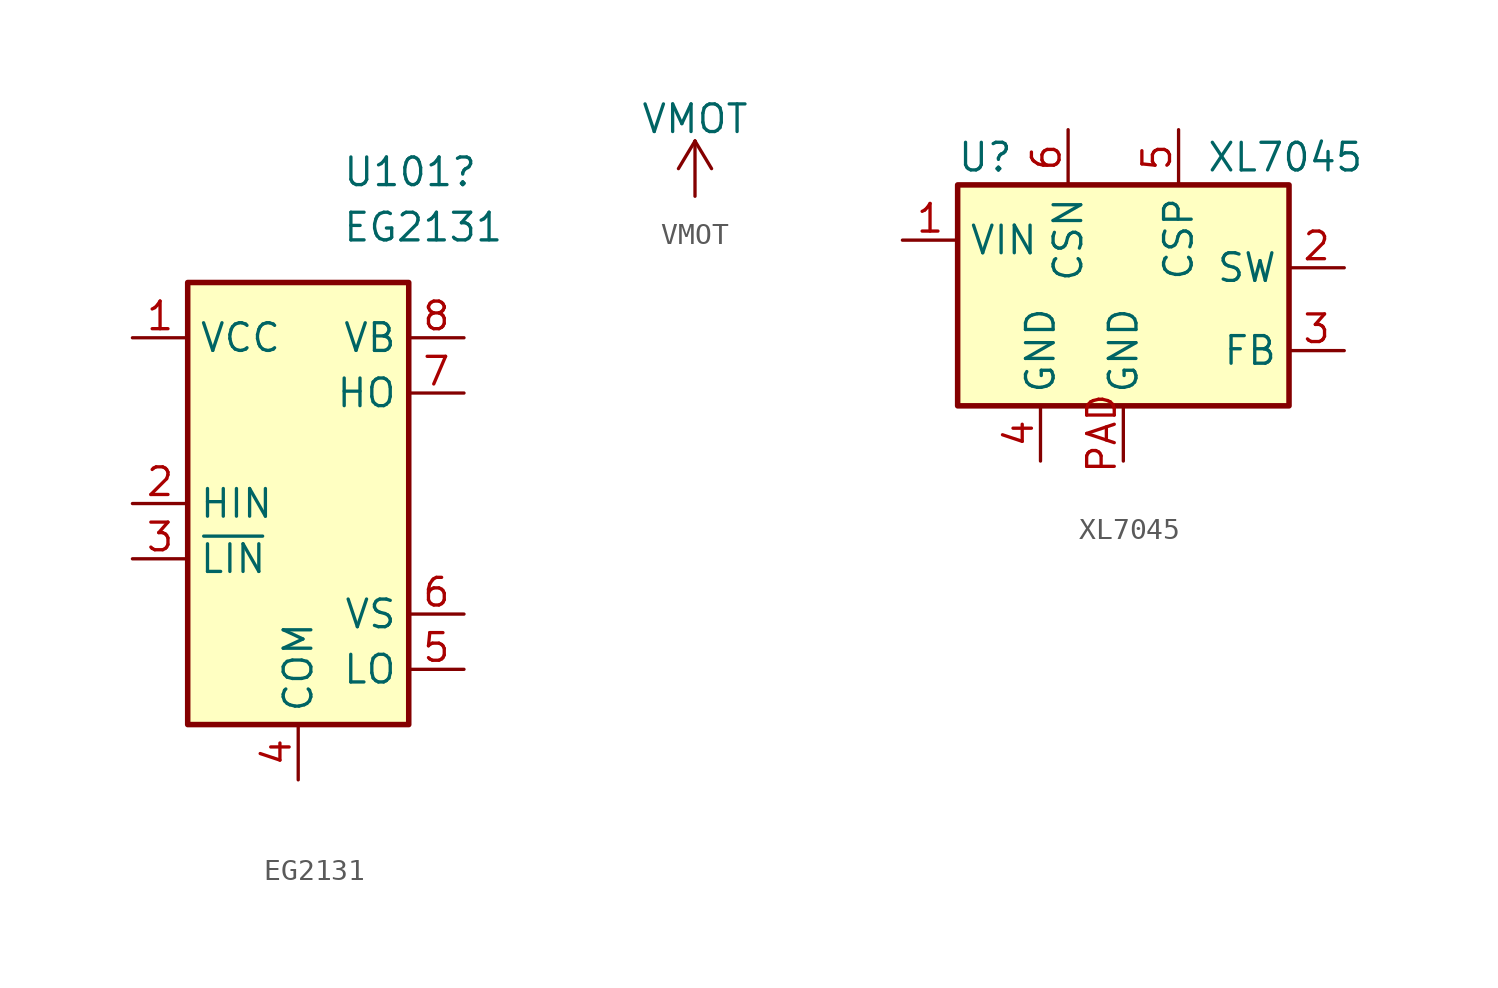
<source format=kicad_sym>
(kicad_symbol_lib
  (version 20211014)
  (generator kicad_symbol_editor)
  (symbol "EG2131"
    (property "Reference" "U101"
      (at 2.019 15.24 0)
      (effects (font (size 1.27 1.27)) (justify left)))
    (property "Value" "EG2131"
      (at 2.019 12.7 0)
      (effects (font (size 1.27 1.27)) (justify left)))
    (symbol "EG2131_0_1"
      (rectangle (start -5.08 -10.16) (end 5.08 10.16) (stroke (width 0.254) (type default) (color 0 0 0 0)) (fill (type background))))
    (symbol "EG2131_1_1"
      (pin power_in line (at -7.62 7.62 0) (length 2.54) (name "VCC" (effects (font (size 1.27 1.27)))) (number "1" (effects (font (size 1.27 1.27)))))
      (pin input line (at -7.62 0 0) (length 2.54) (name "HIN" (effects (font (size 1.27 1.27)))) (number "2" (effects (font (size 1.27 1.27)))))
      (pin input line (at -7.62 -2.54 0) (length 2.54) (name "~{LIN}" (effects (font (size 1.27 1.27)))) (number "3" (effects (font (size 1.27 1.27)))))
      (pin power_in line (at 0 -12.7 90) (length 2.54) (name "COM" (effects (font (size 1.27 1.27)))) (number "4" (effects (font (size 1.27 1.27)))))
      (pin output line (at 7.62 -7.62 180) (length 2.54) (name "LO" (effects (font (size 1.27 1.27)))) (number "5" (effects (font (size 1.27 1.27)))))
      (pin passive line (at 7.62 -5.08 180) (length 2.54) (name "VS" (effects (font (size 1.27 1.27)))) (number "6" (effects (font (size 1.27 1.27)))))
      (pin output line (at 7.62 5.08 180) (length 2.54) (name "HO" (effects (font (size 1.27 1.27)))) (number "7" (effects (font (size 1.27 1.27)))))
      (pin passive line (at 7.62 7.62 180) (length 2.54) (name "VB" (effects (font (size 1.27 1.27)))) (number "8" (effects (font (size 1.27 1.27)))))))
  (symbol "VMOT"
    (power)
    (pin_names
      (offset 0))
    (property "Reference" "#PWR"
      (at 0 -3.81 0)
      (effects (font (size 1.27 1.27)) hide))
    (property "Value" "VMOT"
      (at 0 3.556 0)
      (effects (font (size 1.27 1.27))))
    (symbol "VMOT_0_1"
      (polyline (pts (xy -0.762 1.27) (xy 0 2.54)) (stroke (width 0) (type default) (color 0 0 0 0)) (fill (type none)))
      (polyline (pts (xy 0 0) (xy 0 2.54)) (stroke (width 0) (type default) (color 0 0 0 0)) (fill (type none)))
      (polyline (pts (xy 0 2.54) (xy 0.762 1.27)) (stroke (width 0) (type default) (color 0 0 0 0)) (fill (type none))))
    (symbol "VMOT_1_1"
      (pin power_in line (at 0 0 90) (length 0) hide (name "VMOT" (effects (font (size 1.27 1.27)))) (number "1" (effects (font (size 1.27 1.27)))))))
  (symbol "XL7045"
    (property "Reference" "U"
      (at -6.35 6.35 0)
      (effects (font (size 1.27 1.27))))
    (property "Value" "XL7045"
      (at 3.81 6.35 0)
      (effects (font (size 1.27 1.27)) (justify left)))
    (symbol "XL7045_0_1"
      (rectangle (start -7.62 5.08) (end 7.62 -5.08) (stroke (width 0.254) (type default) (color 0 0 0 0)) (fill (type background))))
    (symbol "XL7045_1_1"
      (pin power_in line (at -10.16 2.54 0) (length 2.54) (name "VIN" (effects (font (size 1.27 1.27)))) (number "1" (effects (font (size 1.27 1.27)))))
      (pin power_out line (at 10.16 1.27 180) (length 2.54) (name "SW" (effects (font (size 1.27 1.27)))) (number "2" (effects (font (size 1.27 1.27)))))
      (pin input line (at 10.16 -2.54 180) (length 2.54) (name "FB" (effects (font (size 1.27 1.27)))) (number "3" (effects (font (size 1.27 1.27)))))
      (pin power_in line (at -3.81 -7.62 90) (length 2.54) (name "GND" (effects (font (size 1.27 1.27)))) (number "4" (effects (font (size 1.27 1.27)))))
      (pin passive line (at 2.54 7.62 270) (length 2.54) (name "CSP" (effects (font (size 1.27 1.27)))) (number "5" (effects (font (size 1.27 1.27)))))
      (pin passive line (at -2.54 7.62 270) (length 2.54) (name "CSN" (effects (font (size 1.27 1.27)))) (number "6" (effects (font (size 1.27 1.27)))))
      (pin power_in line (at 0 -7.62 90) (length 2.54) (name "GND" (effects (font (size 1.27 1.27)))) (number "PAD" (effects (font (size 1.27 1.27))))))))
</source>
